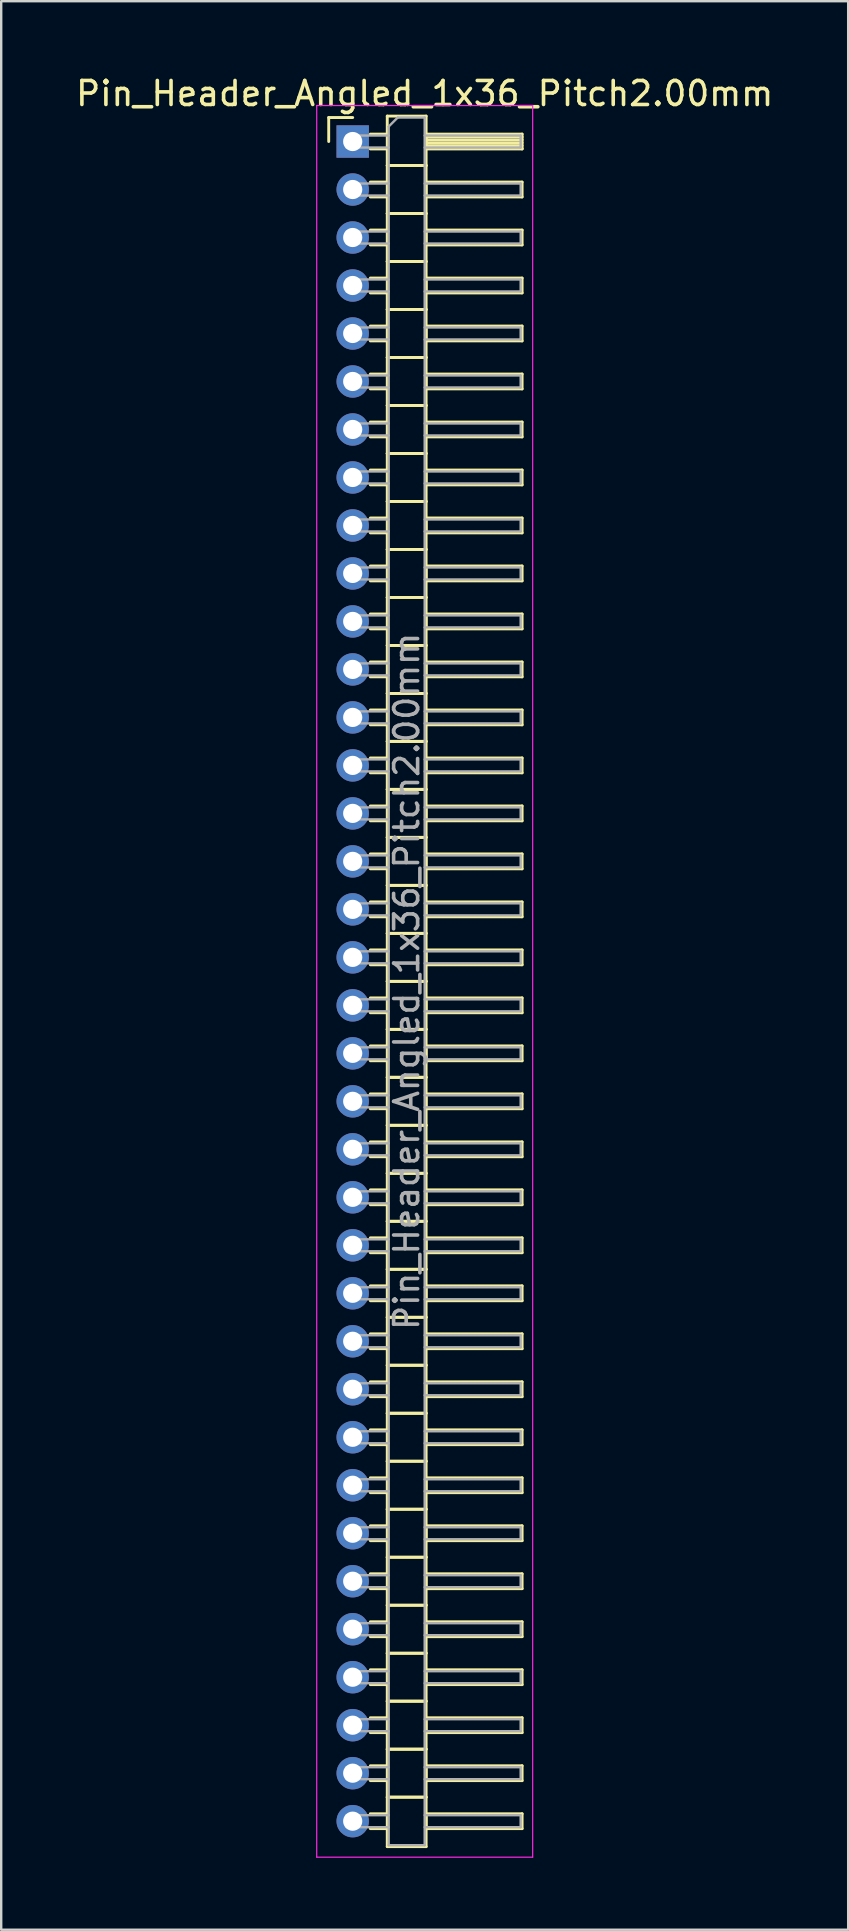
<source format=kicad_pcb>
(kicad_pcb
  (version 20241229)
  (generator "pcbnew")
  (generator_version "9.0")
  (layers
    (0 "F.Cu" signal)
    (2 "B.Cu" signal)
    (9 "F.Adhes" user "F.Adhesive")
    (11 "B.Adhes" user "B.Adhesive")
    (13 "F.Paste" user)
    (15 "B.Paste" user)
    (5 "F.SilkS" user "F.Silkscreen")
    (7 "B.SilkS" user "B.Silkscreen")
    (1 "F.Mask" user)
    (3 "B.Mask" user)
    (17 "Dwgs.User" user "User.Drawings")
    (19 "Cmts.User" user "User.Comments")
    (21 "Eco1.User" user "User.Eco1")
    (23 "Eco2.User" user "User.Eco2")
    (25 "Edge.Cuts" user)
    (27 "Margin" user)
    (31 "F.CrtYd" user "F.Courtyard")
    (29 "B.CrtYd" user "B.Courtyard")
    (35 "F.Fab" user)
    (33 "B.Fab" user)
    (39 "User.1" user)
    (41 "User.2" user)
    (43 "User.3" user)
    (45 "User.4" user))
  (footprint "Pin_Header_Angled_1x36_Pitch2.00mm"
    (layer "F.Cu")
    (at 11.649 2.848)
    (property "Reference" "Pin_Header_Angled_1x36_Pitch2.00mm" (at 3 -2 0) (layer "F.SilkS") (effects (font (size 1 1) (thickness 0.15))))
    (attr through_hole)
    (fp_line (start -1 -1) (end 0 -1) (stroke (width 0.12) (type solid)) (layer "F.SilkS"))
    (fp_line (start -1 0) (end -1 -1) (stroke (width 0.12) (type solid)) (layer "F.SilkS"))
    (fp_line (start 0.735 -0.31) (end 1.44 -0.31) (stroke (width 0.12) (type solid)) (layer "F.SilkS"))
    (fp_line (start 0.735 0.31) (end 1.44 0.31) (stroke (width 0.12) (type solid)) (layer "F.SilkS"))
    (fp_line (start 0.735 1.69) (end 1.44 1.69) (stroke (width 0.12) (type solid)) (layer "F.SilkS"))
    (fp_line (start 0.735 2.31) (end 1.44 2.31) (stroke (width 0.12) (type solid)) (layer "F.SilkS"))
    (fp_line (start 0.735 3.69) (end 1.44 3.69) (stroke (width 0.12) (type solid)) (layer "F.SilkS"))
    (fp_line (start 0.735 4.31) (end 1.44 4.31) (stroke (width 0.12) (type solid)) (layer "F.SilkS"))
    (fp_line (start 0.735 5.69) (end 1.44 5.69) (stroke (width 0.12) (type solid)) (layer "F.SilkS"))
    (fp_line (start 0.735 6.31) (end 1.44 6.31) (stroke (width 0.12) (type solid)) (layer "F.SilkS"))
    (fp_line (start 0.735 7.69) (end 1.44 7.69) (stroke (width 0.12) (type solid)) (layer "F.SilkS"))
    (fp_line (start 0.735 8.31) (end 1.44 8.31) (stroke (width 0.12) (type solid)) (layer "F.SilkS"))
    (fp_line (start 0.735 9.69) (end 1.44 9.69) (stroke (width 0.12) (type solid)) (layer "F.SilkS"))
    (fp_line (start 0.735 10.31) (end 1.44 10.31) (stroke (width 0.12) (type solid)) (layer "F.SilkS"))
    (fp_line (start 0.735 11.69) (end 1.44 11.69) (stroke (width 0.12) (type solid)) (layer "F.SilkS"))
    (fp_line (start 0.735 12.31) (end 1.44 12.31) (stroke (width 0.12) (type solid)) (layer "F.SilkS"))
    (fp_line (start 0.735 13.69) (end 1.44 13.69) (stroke (width 0.12) (type solid)) (layer "F.SilkS"))
    (fp_line (start 0.735 14.31) (end 1.44 14.31) (stroke (width 0.12) (type solid)) (layer "F.SilkS"))
    (fp_line (start 0.735 15.69) (end 1.44 15.69) (stroke (width 0.12) (type solid)) (layer "F.SilkS"))
    (fp_line (start 0.735 16.31) (end 1.44 16.31) (stroke (width 0.12) (type solid)) (layer "F.SilkS"))
    (fp_line (start 0.735 17.69) (end 1.44 17.69) (stroke (width 0.12) (type solid)) (layer "F.SilkS"))
    (fp_line (start 0.735 18.31) (end 1.44 18.31) (stroke (width 0.12) (type solid)) (layer "F.SilkS"))
    (fp_line (start 0.735 19.69) (end 1.44 19.69) (stroke (width 0.12) (type solid)) (layer "F.SilkS"))
    (fp_line (start 0.735 20.31) (end 1.44 20.31) (stroke (width 0.12) (type solid)) (layer "F.SilkS"))
    (fp_line (start 0.735 21.69) (end 1.44 21.69) (stroke (width 0.12) (type solid)) (layer "F.SilkS"))
    (fp_line (start 0.735 22.31) (end 1.44 22.31) (stroke (width 0.12) (type solid)) (layer "F.SilkS"))
    (fp_line (start 0.735 23.69) (end 1.44 23.69) (stroke (width 0.12) (type solid)) (layer "F.SilkS"))
    (fp_line (start 0.735 24.31) (end 1.44 24.31) (stroke (width 0.12) (type solid)) (layer "F.SilkS"))
    (fp_line (start 0.735 25.69) (end 1.44 25.69) (stroke (width 0.12) (type solid)) (layer "F.SilkS"))
    (fp_line (start 0.735 26.31) (end 1.44 26.31) (stroke (width 0.12) (type solid)) (layer "F.SilkS"))
    (fp_line (start 0.735 27.69) (end 1.44 27.69) (stroke (width 0.12) (type solid)) (layer "F.SilkS"))
    (fp_line (start 0.735 28.31) (end 1.44 28.31) (stroke (width 0.12) (type solid)) (layer "F.SilkS"))
    (fp_line (start 0.735 29.69) (end 1.44 29.69) (stroke (width 0.12) (type solid)) (layer "F.SilkS"))
    (fp_line (start 0.735 30.31) (end 1.44 30.31) (stroke (width 0.12) (type solid)) (layer "F.SilkS"))
    (fp_line (start 0.735 31.69) (end 1.44 31.69) (stroke (width 0.12) (type solid)) (layer "F.SilkS"))
    (fp_line (start 0.735 32.31) (end 1.44 32.31) (stroke (width 0.12) (type solid)) (layer "F.SilkS"))
    (fp_line (start 0.735 33.69) (end 1.44 33.69) (stroke (width 0.12) (type solid)) (layer "F.SilkS"))
    (fp_line (start 0.735 34.31) (end 1.44 34.31) (stroke (width 0.12) (type solid)) (layer "F.SilkS"))
    (fp_line (start 0.735 35.69) (end 1.44 35.69) (stroke (width 0.12) (type solid)) (layer "F.SilkS"))
    (fp_line (start 0.735 36.31) (end 1.44 36.31) (stroke (width 0.12) (type solid)) (layer "F.SilkS"))
    (fp_line (start 0.735 37.69) (end 1.44 37.69) (stroke (width 0.12) (type solid)) (layer "F.SilkS"))
    (fp_line (start 0.735 38.31) (end 1.44 38.31) (stroke (width 0.12) (type solid)) (layer "F.SilkS"))
    (fp_line (start 0.735 39.69) (end 1.44 39.69) (stroke (width 0.12) (type solid)) (layer "F.SilkS"))
    (fp_line (start 0.735 40.31) (end 1.44 40.31) (stroke (width 0.12) (type solid)) (layer "F.SilkS"))
    (fp_line (start 0.735 41.69) (end 1.44 41.69) (stroke (width 0.12) (type solid)) (layer "F.SilkS"))
    (fp_line (start 0.735 42.31) (end 1.44 42.31) (stroke (width 0.12) (type solid)) (layer "F.SilkS"))
    (fp_line (start 0.735 43.69) (end 1.44 43.69) (stroke (width 0.12) (type solid)) (layer "F.SilkS"))
    (fp_line (start 0.735 44.31) (end 1.44 44.31) (stroke (width 0.12) (type solid)) (layer "F.SilkS"))
    (fp_line (start 0.735 45.69) (end 1.44 45.69) (stroke (width 0.12) (type solid)) (layer "F.SilkS"))
    (fp_line (start 0.735 46.31) (end 1.44 46.31) (stroke (width 0.12) (type solid)) (layer "F.SilkS"))
    (fp_line (start 0.735 47.69) (end 1.44 47.69) (stroke (width 0.12) (type solid)) (layer "F.SilkS"))
    (fp_line (start 0.735 48.31) (end 1.44 48.31) (stroke (width 0.12) (type solid)) (layer "F.SilkS"))
    (fp_line (start 0.735 49.69) (end 1.44 49.69) (stroke (width 0.12) (type solid)) (layer "F.SilkS"))
    (fp_line (start 0.735 50.31) (end 1.44 50.31) (stroke (width 0.12) (type solid)) (layer "F.SilkS"))
    (fp_line (start 0.735 51.69) (end 1.44 51.69) (stroke (width 0.12) (type solid)) (layer "F.SilkS"))
    (fp_line (start 0.735 52.31) (end 1.44 52.31) (stroke (width 0.12) (type solid)) (layer "F.SilkS"))
    (fp_line (start 0.735 53.69) (end 1.44 53.69) (stroke (width 0.12) (type solid)) (layer "F.SilkS"))
    (fp_line (start 0.735 54.31) (end 1.44 54.31) (stroke (width 0.12) (type solid)) (layer "F.SilkS"))
    (fp_line (start 0.735 55.69) (end 1.44 55.69) (stroke (width 0.12) (type solid)) (layer "F.SilkS"))
    (fp_line (start 0.735 56.31) (end 1.44 56.31) (stroke (width 0.12) (type solid)) (layer "F.SilkS"))
    (fp_line (start 0.735 57.69) (end 1.44 57.69) (stroke (width 0.12) (type solid)) (layer "F.SilkS"))
    (fp_line (start 0.735 58.31) (end 1.44 58.31) (stroke (width 0.12) (type solid)) (layer "F.SilkS"))
    (fp_line (start 0.735 59.69) (end 1.44 59.69) (stroke (width 0.12) (type solid)) (layer "F.SilkS"))
    (fp_line (start 0.735 60.31) (end 1.44 60.31) (stroke (width 0.12) (type solid)) (layer "F.SilkS"))
    (fp_line (start 0.735 61.69) (end 1.44 61.69) (stroke (width 0.12) (type solid)) (layer "F.SilkS"))
    (fp_line (start 0.735 62.31) (end 1.44 62.31) (stroke (width 0.12) (type solid)) (layer "F.SilkS"))
    (fp_line (start 0.735 63.69) (end 1.44 63.69) (stroke (width 0.12) (type solid)) (layer "F.SilkS"))
    (fp_line (start 0.735 64.31) (end 1.44 64.31) (stroke (width 0.12) (type solid)) (layer "F.SilkS"))
    (fp_line (start 0.735 65.69) (end 1.44 65.69) (stroke (width 0.12) (type solid)) (layer "F.SilkS"))
    (fp_line (start 0.735 66.31) (end 1.44 66.31) (stroke (width 0.12) (type solid)) (layer "F.SilkS"))
    (fp_line (start 0.735 67.69) (end 1.44 67.69) (stroke (width 0.12) (type solid)) (layer "F.SilkS"))
    (fp_line (start 0.735 68.31) (end 1.44 68.31) (stroke (width 0.12) (type solid)) (layer "F.SilkS"))
    (fp_line (start 0.735 69.69) (end 1.44 69.69) (stroke (width 0.12) (type solid)) (layer "F.SilkS"))
    (fp_line (start 0.735 70.31) (end 1.44 70.31) (stroke (width 0.12) (type solid)) (layer "F.SilkS"))
    (fp_line (start 1.44 -1.06) (end 1.44 1) (stroke (width 0.12) (type solid)) (layer "F.SilkS"))
    (fp_line (start 1.44 1) (end 1.44 3) (stroke (width 0.12) (type solid)) (layer "F.SilkS"))
    (fp_line (start 1.44 1) (end 3.06 1) (stroke (width 0.12) (type solid)) (layer "F.SilkS"))
    (fp_line (start 1.44 3) (end 1.44 5) (stroke (width 0.12) (type solid)) (layer "F.SilkS"))
    (fp_line (start 1.44 3) (end 3.06 3) (stroke (width 0.12) (type solid)) (layer "F.SilkS"))
    (fp_line (start 1.44 5) (end 1.44 7) (stroke (width 0.12) (type solid)) (layer "F.SilkS"))
    (fp_line (start 1.44 5) (end 3.06 5) (stroke (width 0.12) (type solid)) (layer "F.SilkS"))
    (fp_line (start 1.44 7) (end 1.44 9) (stroke (width 0.12) (type solid)) (layer "F.SilkS"))
    (fp_line (start 1.44 7) (end 3.06 7) (stroke (width 0.12) (type solid)) (layer "F.SilkS"))
    (fp_line (start 1.44 9) (end 1.44 11) (stroke (width 0.12) (type solid)) (layer "F.SilkS"))
    (fp_line (start 1.44 9) (end 3.06 9) (stroke (width 0.12) (type solid)) (layer "F.SilkS"))
    (fp_line (start 1.44 11) (end 1.44 13) (stroke (width 0.12) (type solid)) (layer "F.SilkS"))
    (fp_line (start 1.44 11) (end 3.06 11) (stroke (width 0.12) (type solid)) (layer "F.SilkS"))
    (fp_line (start 1.44 13) (end 1.44 15) (stroke (width 0.12) (type solid)) (layer "F.SilkS"))
    (fp_line (start 1.44 13) (end 3.06 13) (stroke (width 0.12) (type solid)) (layer "F.SilkS"))
    (fp_line (start 1.44 15) (end 1.44 17) (stroke (width 0.12) (type solid)) (layer "F.SilkS"))
    (fp_line (start 1.44 15) (end 3.06 15) (stroke (width 0.12) (type solid)) (layer "F.SilkS"))
    (fp_line (start 1.44 17) (end 1.44 19) (stroke (width 0.12) (type solid)) (layer "F.SilkS"))
    (fp_line (start 1.44 17) (end 3.06 17) (stroke (width 0.12) (type solid)) (layer "F.SilkS"))
    (fp_line (start 1.44 19) (end 1.44 21) (stroke (width 0.12) (type solid)) (layer "F.SilkS"))
    (fp_line (start 1.44 19) (end 3.06 19) (stroke (width 0.12) (type solid)) (layer "F.SilkS"))
    (fp_line (start 1.44 21) (end 1.44 23) (stroke (width 0.12) (type solid)) (layer "F.SilkS"))
    (fp_line (start 1.44 21) (end 3.06 21) (stroke (width 0.12) (type solid)) (layer "F.SilkS"))
    (fp_line (start 1.44 23) (end 1.44 25) (stroke (width 0.12) (type solid)) (layer "F.SilkS"))
    (fp_line (start 1.44 23) (end 3.06 23) (stroke (width 0.12) (type solid)) (layer "F.SilkS"))
    (fp_line (start 1.44 25) (end 1.44 27) (stroke (width 0.12) (type solid)) (layer "F.SilkS"))
    (fp_line (start 1.44 25) (end 3.06 25) (stroke (width 0.12) (type solid)) (layer "F.SilkS"))
    (fp_line (start 1.44 27) (end 1.44 29) (stroke (width 0.12) (type solid)) (layer "F.SilkS"))
    (fp_line (start 1.44 27) (end 3.06 27) (stroke (width 0.12) (type solid)) (layer "F.SilkS"))
    (fp_line (start 1.44 29) (end 1.44 31) (stroke (width 0.12) (type solid)) (layer "F.SilkS"))
    (fp_line (start 1.44 29) (end 3.06 29) (stroke (width 0.12) (type solid)) (layer "F.SilkS"))
    (fp_line (start 1.44 31) (end 1.44 33) (stroke (width 0.12) (type solid)) (layer "F.SilkS"))
    (fp_line (start 1.44 31) (end 3.06 31) (stroke (width 0.12) (type solid)) (layer "F.SilkS"))
    (fp_line (start 1.44 33) (end 1.44 35) (stroke (width 0.12) (type solid)) (layer "F.SilkS"))
    (fp_line (start 1.44 33) (end 3.06 33) (stroke (width 0.12) (type solid)) (layer "F.SilkS"))
    (fp_line (start 1.44 35) (end 1.44 37) (stroke (width 0.12) (type solid)) (layer "F.SilkS"))
    (fp_line (start 1.44 35) (end 3.06 35) (stroke (width 0.12) (type solid)) (layer "F.SilkS"))
    (fp_line (start 1.44 37) (end 1.44 39) (stroke (width 0.12) (type solid)) (layer "F.SilkS"))
    (fp_line (start 1.44 37) (end 3.06 37) (stroke (width 0.12) (type solid)) (layer "F.SilkS"))
    (fp_line (start 1.44 39) (end 1.44 41) (stroke (width 0.12) (type solid)) (layer "F.SilkS"))
    (fp_line (start 1.44 39) (end 3.06 39) (stroke (width 0.12) (type solid)) (layer "F.SilkS"))
    (fp_line (start 1.44 41) (end 1.44 43) (stroke (width 0.12) (type solid)) (layer "F.SilkS"))
    (fp_line (start 1.44 41) (end 3.06 41) (stroke (width 0.12) (type solid)) (layer "F.SilkS"))
    (fp_line (start 1.44 43) (end 1.44 45) (stroke (width 0.12) (type solid)) (layer "F.SilkS"))
    (fp_line (start 1.44 43) (end 3.06 43) (stroke (width 0.12) (type solid)) (layer "F.SilkS"))
    (fp_line (start 1.44 45) (end 1.44 47) (stroke (width 0.12) (type solid)) (layer "F.SilkS"))
    (fp_line (start 1.44 45) (end 3.06 45) (stroke (width 0.12) (type solid)) (layer "F.SilkS"))
    (fp_line (start 1.44 47) (end 1.44 49) (stroke (width 0.12) (type solid)) (layer "F.SilkS"))
    (fp_line (start 1.44 47) (end 3.06 47) (stroke (width 0.12) (type solid)) (layer "F.SilkS"))
    (fp_line (start 1.44 49) (end 1.44 51) (stroke (width 0.12) (type solid)) (layer "F.SilkS"))
    (fp_line (start 1.44 49) (end 3.06 49) (stroke (width 0.12) (type solid)) (layer "F.SilkS"))
    (fp_line (start 1.44 51) (end 1.44 53) (stroke (width 0.12) (type solid)) (layer "F.SilkS"))
    (fp_line (start 1.44 51) (end 3.06 51) (stroke (width 0.12) (type solid)) (layer "F.SilkS"))
    (fp_line (start 1.44 53) (end 1.44 55) (stroke (width 0.12) (type solid)) (layer "F.SilkS"))
    (fp_line (start 1.44 53) (end 3.06 53) (stroke (width 0.12) (type solid)) (layer "F.SilkS"))
    (fp_line (start 1.44 55) (end 1.44 57) (stroke (width 0.12) (type solid)) (layer "F.SilkS"))
    (fp_line (start 1.44 55) (end 3.06 55) (stroke (width 0.12) (type solid)) (layer "F.SilkS"))
    (fp_line (start 1.44 57) (end 1.44 59) (stroke (width 0.12) (type solid)) (layer "F.SilkS"))
    (fp_line (start 1.44 57) (end 3.06 57) (stroke (width 0.12) (type solid)) (layer "F.SilkS"))
    (fp_line (start 1.44 59) (end 1.44 61) (stroke (width 0.12) (type solid)) (layer "F.SilkS"))
    (fp_line (start 1.44 59) (end 3.06 59) (stroke (width 0.12) (type solid)) (layer "F.SilkS"))
    (fp_line (start 1.44 61) (end 1.44 63) (stroke (width 0.12) (type solid)) (layer "F.SilkS"))
    (fp_line (start 1.44 61) (end 3.06 61) (stroke (width 0.12) (type solid)) (layer "F.SilkS"))
    (fp_line (start 1.44 63) (end 1.44 65) (stroke (width 0.12) (type solid)) (layer "F.SilkS"))
    (fp_line (start 1.44 63) (end 3.06 63) (stroke (width 0.12) (type solid)) (layer "F.SilkS"))
    (fp_line (start 1.44 65) (end 1.44 67) (stroke (width 0.12) (type solid)) (layer "F.SilkS"))
    (fp_line (start 1.44 65) (end 3.06 65) (stroke (width 0.12) (type solid)) (layer "F.SilkS"))
    (fp_line (start 1.44 67) (end 1.44 69) (stroke (width 0.12) (type solid)) (layer "F.SilkS"))
    (fp_line (start 1.44 67) (end 3.06 67) (stroke (width 0.12) (type solid)) (layer "F.SilkS"))
    (fp_line (start 1.44 69) (end 1.44 71.06) (stroke (width 0.12) (type solid)) (layer "F.SilkS"))
    (fp_line (start 1.44 69) (end 3.06 69) (stroke (width 0.12) (type solid)) (layer "F.SilkS"))
    (fp_line (start 1.44 71.06) (end 3.06 71.06) (stroke (width 0.12) (type solid)) (layer "F.SilkS"))
    (fp_line (start 3.06 -1.06) (end 1.44 -1.06) (stroke (width 0.12) (type solid)) (layer "F.SilkS"))
    (fp_line (start 3.06 -0.31) (end 3.06 0.31) (stroke (width 0.12) (type solid)) (layer "F.SilkS"))
    (fp_line (start 3.06 -0.19) (end 7.06 -0.19) (stroke (width 0.12) (type solid)) (layer "F.SilkS"))
    (fp_line (start 3.06 -0.07) (end 7.06 -0.07) (stroke (width 0.12) (type solid)) (layer "F.SilkS"))
    (fp_line (start 3.06 0.05) (end 7.06 0.05) (stroke (width 0.12) (type solid)) (layer "F.SilkS"))
    (fp_line (start 3.06 0.17) (end 7.06 0.17) (stroke (width 0.12) (type solid)) (layer "F.SilkS"))
    (fp_line (start 3.06 0.29) (end 7.06 0.29) (stroke (width 0.12) (type solid)) (layer "F.SilkS"))
    (fp_line (start 3.06 0.31) (end 7.06 0.31) (stroke (width 0.12) (type solid)) (layer "F.SilkS"))
    (fp_line (start 3.06 1) (end 1.44 1) (stroke (width 0.12) (type solid)) (layer "F.SilkS"))
    (fp_line (start 3.06 1) (end 3.06 -1.06) (stroke (width 0.12) (type solid)) (layer "F.SilkS"))
    (fp_line (start 3.06 1.69) (end 3.06 2.31) (stroke (width 0.12) (type solid)) (layer "F.SilkS"))
    (fp_line (start 3.06 2.31) (end 7.06 2.31) (stroke (width 0.12) (type solid)) (layer "F.SilkS"))
    (fp_line (start 3.06 3) (end 1.44 3) (stroke (width 0.12) (type solid)) (layer "F.SilkS"))
    (fp_line (start 3.06 3) (end 3.06 1) (stroke (width 0.12) (type solid)) (layer "F.SilkS"))
    (fp_line (start 3.06 3.69) (end 3.06 4.31) (stroke (width 0.12) (type solid)) (layer "F.SilkS"))
    (fp_line (start 3.06 4.31) (end 7.06 4.31) (stroke (width 0.12) (type solid)) (layer "F.SilkS"))
    (fp_line (start 3.06 5) (end 1.44 5) (stroke (width 0.12) (type solid)) (layer "F.SilkS"))
    (fp_line (start 3.06 5) (end 3.06 3) (stroke (width 0.12) (type solid)) (layer "F.SilkS"))
    (fp_line (start 3.06 5.69) (end 3.06 6.31) (stroke (width 0.12) (type solid)) (layer "F.SilkS"))
    (fp_line (start 3.06 6.31) (end 7.06 6.31) (stroke (width 0.12) (type solid)) (layer "F.SilkS"))
    (fp_line (start 3.06 7) (end 1.44 7) (stroke (width 0.12) (type solid)) (layer "F.SilkS"))
    (fp_line (start 3.06 7) (end 3.06 5) (stroke (width 0.12) (type solid)) (layer "F.SilkS"))
    (fp_line (start 3.06 7.69) (end 3.06 8.31) (stroke (width 0.12) (type solid)) (layer "F.SilkS"))
    (fp_line (start 3.06 8.31) (end 7.06 8.31) (stroke (width 0.12) (type solid)) (layer "F.SilkS"))
    (fp_line (start 3.06 9) (end 1.44 9) (stroke (width 0.12) (type solid)) (layer "F.SilkS"))
    (fp_line (start 3.06 9) (end 3.06 7) (stroke (width 0.12) (type solid)) (layer "F.SilkS"))
    (fp_line (start 3.06 9.69) (end 3.06 10.31) (stroke (width 0.12) (type solid)) (layer "F.SilkS"))
    (fp_line (start 3.06 10.31) (end 7.06 10.31) (stroke (width 0.12) (type solid)) (layer "F.SilkS"))
    (fp_line (start 3.06 11) (end 1.44 11) (stroke (width 0.12) (type solid)) (layer "F.SilkS"))
    (fp_line (start 3.06 11) (end 3.06 9) (stroke (width 0.12) (type solid)) (layer "F.SilkS"))
    (fp_line (start 3.06 11.69) (end 3.06 12.31) (stroke (width 0.12) (type solid)) (layer "F.SilkS"))
    (fp_line (start 3.06 12.31) (end 7.06 12.31) (stroke (width 0.12) (type solid)) (layer "F.SilkS"))
    (fp_line (start 3.06 13) (end 1.44 13) (stroke (width 0.12) (type solid)) (layer "F.SilkS"))
    (fp_line (start 3.06 13) (end 3.06 11) (stroke (width 0.12) (type solid)) (layer "F.SilkS"))
    (fp_line (start 3.06 13.69) (end 3.06 14.31) (stroke (width 0.12) (type solid)) (layer "F.SilkS"))
    (fp_line (start 3.06 14.31) (end 7.06 14.31) (stroke (width 0.12) (type solid)) (layer "F.SilkS"))
    (fp_line (start 3.06 15) (end 1.44 15) (stroke (width 0.12) (type solid)) (layer "F.SilkS"))
    (fp_line (start 3.06 15) (end 3.06 13) (stroke (width 0.12) (type solid)) (layer "F.SilkS"))
    (fp_line (start 3.06 15.69) (end 3.06 16.31) (stroke (width 0.12) (type solid)) (layer "F.SilkS"))
    (fp_line (start 3.06 16.31) (end 7.06 16.31) (stroke (width 0.12) (type solid)) (layer "F.SilkS"))
    (fp_line (start 3.06 17) (end 1.44 17) (stroke (width 0.12) (type solid)) (layer "F.SilkS"))
    (fp_line (start 3.06 17) (end 3.06 15) (stroke (width 0.12) (type solid)) (layer "F.SilkS"))
    (fp_line (start 3.06 17.69) (end 3.06 18.31) (stroke (width 0.12) (type solid)) (layer "F.SilkS"))
    (fp_line (start 3.06 18.31) (end 7.06 18.31) (stroke (width 0.12) (type solid)) (layer "F.SilkS"))
    (fp_line (start 3.06 19) (end 1.44 19) (stroke (width 0.12) (type solid)) (layer "F.SilkS"))
    (fp_line (start 3.06 19) (end 3.06 17) (stroke (width 0.12) (type solid)) (layer "F.SilkS"))
    (fp_line (start 3.06 19.69) (end 3.06 20.31) (stroke (width 0.12) (type solid)) (layer "F.SilkS"))
    (fp_line (start 3.06 20.31) (end 7.06 20.31) (stroke (width 0.12) (type solid)) (layer "F.SilkS"))
    (fp_line (start 3.06 21) (end 1.44 21) (stroke (width 0.12) (type solid)) (layer "F.SilkS"))
    (fp_line (start 3.06 21) (end 3.06 19) (stroke (width 0.12) (type solid)) (layer "F.SilkS"))
    (fp_line (start 3.06 21.69) (end 3.06 22.31) (stroke (width 0.12) (type solid)) (layer "F.SilkS"))
    (fp_line (start 3.06 22.31) (end 7.06 22.31) (stroke (width 0.12) (type solid)) (layer "F.SilkS"))
    (fp_line (start 3.06 23) (end 1.44 23) (stroke (width 0.12) (type solid)) (layer "F.SilkS"))
    (fp_line (start 3.06 23) (end 3.06 21) (stroke (width 0.12) (type solid)) (layer "F.SilkS"))
    (fp_line (start 3.06 23.69) (end 3.06 24.31) (stroke (width 0.12) (type solid)) (layer "F.SilkS"))
    (fp_line (start 3.06 24.31) (end 7.06 24.31) (stroke (width 0.12) (type solid)) (layer "F.SilkS"))
    (fp_line (start 3.06 25) (end 1.44 25) (stroke (width 0.12) (type solid)) (layer "F.SilkS"))
    (fp_line (start 3.06 25) (end 3.06 23) (stroke (width 0.12) (type solid)) (layer "F.SilkS"))
    (fp_line (start 3.06 25.69) (end 3.06 26.31) (stroke (width 0.12) (type solid)) (layer "F.SilkS"))
    (fp_line (start 3.06 26.31) (end 7.06 26.31) (stroke (width 0.12) (type solid)) (layer "F.SilkS"))
    (fp_line (start 3.06 27) (end 1.44 27) (stroke (width 0.12) (type solid)) (layer "F.SilkS"))
    (fp_line (start 3.06 27) (end 3.06 25) (stroke (width 0.12) (type solid)) (layer "F.SilkS"))
    (fp_line (start 3.06 27.69) (end 3.06 28.31) (stroke (width 0.12) (type solid)) (layer "F.SilkS"))
    (fp_line (start 3.06 28.31) (end 7.06 28.31) (stroke (width 0.12) (type solid)) (layer "F.SilkS"))
    (fp_line (start 3.06 29) (end 1.44 29) (stroke (width 0.12) (type solid)) (layer "F.SilkS"))
    (fp_line (start 3.06 29) (end 3.06 27) (stroke (width 0.12) (type solid)) (layer "F.SilkS"))
    (fp_line (start 3.06 29.69) (end 3.06 30.31) (stroke (width 0.12) (type solid)) (layer "F.SilkS"))
    (fp_line (start 3.06 30.31) (end 7.06 30.31) (stroke (width 0.12) (type solid)) (layer "F.SilkS"))
    (fp_line (start 3.06 31) (end 1.44 31) (stroke (width 0.12) (type solid)) (layer "F.SilkS"))
    (fp_line (start 3.06 31) (end 3.06 29) (stroke (width 0.12) (type solid)) (layer "F.SilkS"))
    (fp_line (start 3.06 31.69) (end 3.06 32.31) (stroke (width 0.12) (type solid)) (layer "F.SilkS"))
    (fp_line (start 3.06 32.31) (end 7.06 32.31) (stroke (width 0.12) (type solid)) (layer "F.SilkS"))
    (fp_line (start 3.06 33) (end 1.44 33) (stroke (width 0.12) (type solid)) (layer "F.SilkS"))
    (fp_line (start 3.06 33) (end 3.06 31) (stroke (width 0.12) (type solid)) (layer "F.SilkS"))
    (fp_line (start 3.06 33.69) (end 3.06 34.31) (stroke (width 0.12) (type solid)) (layer "F.SilkS"))
    (fp_line (start 3.06 34.31) (end 7.06 34.31) (stroke (width 0.12) (type solid)) (layer "F.SilkS"))
    (fp_line (start 3.06 35) (end 1.44 35) (stroke (width 0.12) (type solid)) (layer "F.SilkS"))
    (fp_line (start 3.06 35) (end 3.06 33) (stroke (width 0.12) (type solid)) (layer "F.SilkS"))
    (fp_line (start 3.06 35.69) (end 3.06 36.31) (stroke (width 0.12) (type solid)) (layer "F.SilkS"))
    (fp_line (start 3.06 36.31) (end 7.06 36.31) (stroke (width 0.12) (type solid)) (layer "F.SilkS"))
    (fp_line (start 3.06 37) (end 1.44 37) (stroke (width 0.12) (type solid)) (layer "F.SilkS"))
    (fp_line (start 3.06 37) (end 3.06 35) (stroke (width 0.12) (type solid)) (layer "F.SilkS"))
    (fp_line (start 3.06 37.69) (end 3.06 38.31) (stroke (width 0.12) (type solid)) (layer "F.SilkS"))
    (fp_line (start 3.06 38.31) (end 7.06 38.31) (stroke (width 0.12) (type solid)) (layer "F.SilkS"))
    (fp_line (start 3.06 39) (end 1.44 39) (stroke (width 0.12) (type solid)) (layer "F.SilkS"))
    (fp_line (start 3.06 39) (end 3.06 37) (stroke (width 0.12) (type solid)) (layer "F.SilkS"))
    (fp_line (start 3.06 39.69) (end 3.06 40.31) (stroke (width 0.12) (type solid)) (layer "F.SilkS"))
    (fp_line (start 3.06 40.31) (end 7.06 40.31) (stroke (width 0.12) (type solid)) (layer "F.SilkS"))
    (fp_line (start 3.06 41) (end 1.44 41) (stroke (width 0.12) (type solid)) (layer "F.SilkS"))
    (fp_line (start 3.06 41) (end 3.06 39) (stroke (width 0.12) (type solid)) (layer "F.SilkS"))
    (fp_line (start 3.06 41.69) (end 3.06 42.31) (stroke (width 0.12) (type solid)) (layer "F.SilkS"))
    (fp_line (start 3.06 42.31) (end 7.06 42.31) (stroke (width 0.12) (type solid)) (layer "F.SilkS"))
    (fp_line (start 3.06 43) (end 1.44 43) (stroke (width 0.12) (type solid)) (layer "F.SilkS"))
    (fp_line (start 3.06 43) (end 3.06 41) (stroke (width 0.12) (type solid)) (layer "F.SilkS"))
    (fp_line (start 3.06 43.69) (end 3.06 44.31) (stroke (width 0.12) (type solid)) (layer "F.SilkS"))
    (fp_line (start 3.06 44.31) (end 7.06 44.31) (stroke (width 0.12) (type solid)) (layer "F.SilkS"))
    (fp_line (start 3.06 45) (end 1.44 45) (stroke (width 0.12) (type solid)) (layer "F.SilkS"))
    (fp_line (start 3.06 45) (end 3.06 43) (stroke (width 0.12) (type solid)) (layer "F.SilkS"))
    (fp_line (start 3.06 45.69) (end 3.06 46.31) (stroke (width 0.12) (type solid)) (layer "F.SilkS"))
    (fp_line (start 3.06 46.31) (end 7.06 46.31) (stroke (width 0.12) (type solid)) (layer "F.SilkS"))
    (fp_line (start 3.06 47) (end 1.44 47) (stroke (width 0.12) (type solid)) (layer "F.SilkS"))
    (fp_line (start 3.06 47) (end 3.06 45) (stroke (width 0.12) (type solid)) (layer "F.SilkS"))
    (fp_line (start 3.06 47.69) (end 3.06 48.31) (stroke (width 0.12) (type solid)) (layer "F.SilkS"))
    (fp_line (start 3.06 48.31) (end 7.06 48.31) (stroke (width 0.12) (type solid)) (layer "F.SilkS"))
    (fp_line (start 3.06 49) (end 1.44 49) (stroke (width 0.12) (type solid)) (layer "F.SilkS"))
    (fp_line (start 3.06 49) (end 3.06 47) (stroke (width 0.12) (type solid)) (layer "F.SilkS"))
    (fp_line (start 3.06 49.69) (end 3.06 50.31) (stroke (width 0.12) (type solid)) (layer "F.SilkS"))
    (fp_line (start 3.06 50.31) (end 7.06 50.31) (stroke (width 0.12) (type solid)) (layer "F.SilkS"))
    (fp_line (start 3.06 51) (end 1.44 51) (stroke (width 0.12) (type solid)) (layer "F.SilkS"))
    (fp_line (start 3.06 51) (end 3.06 49) (stroke (width 0.12) (type solid)) (layer "F.SilkS"))
    (fp_line (start 3.06 51.69) (end 3.06 52.31) (stroke (width 0.12) (type solid)) (layer "F.SilkS"))
    (fp_line (start 3.06 52.31) (end 7.06 52.31) (stroke (width 0.12) (type solid)) (layer "F.SilkS"))
    (fp_line (start 3.06 53) (end 1.44 53) (stroke (width 0.12) (type solid)) (layer "F.SilkS"))
    (fp_line (start 3.06 53) (end 3.06 51) (stroke (width 0.12) (type solid)) (layer "F.SilkS"))
    (fp_line (start 3.06 53.69) (end 3.06 54.31) (stroke (width 0.12) (type solid)) (layer "F.SilkS"))
    (fp_line (start 3.06 54.31) (end 7.06 54.31) (stroke (width 0.12) (type solid)) (layer "F.SilkS"))
    (fp_line (start 3.06 55) (end 1.44 55) (stroke (width 0.12) (type solid)) (layer "F.SilkS"))
    (fp_line (start 3.06 55) (end 3.06 53) (stroke (width 0.12) (type solid)) (layer "F.SilkS"))
    (fp_line (start 3.06 55.69) (end 3.06 56.31) (stroke (width 0.12) (type solid)) (layer "F.SilkS"))
    (fp_line (start 3.06 56.31) (end 7.06 56.31) (stroke (width 0.12) (type solid)) (layer "F.SilkS"))
    (fp_line (start 3.06 57) (end 1.44 57) (stroke (width 0.12) (type solid)) (layer "F.SilkS"))
    (fp_line (start 3.06 57) (end 3.06 55) (stroke (width 0.12) (type solid)) (layer "F.SilkS"))
    (fp_line (start 3.06 57.69) (end 3.06 58.31) (stroke (width 0.12) (type solid)) (layer "F.SilkS"))
    (fp_line (start 3.06 58.31) (end 7.06 58.31) (stroke (width 0.12) (type solid)) (layer "F.SilkS"))
    (fp_line (start 3.06 59) (end 1.44 59) (stroke (width 0.12) (type solid)) (layer "F.SilkS"))
    (fp_line (start 3.06 59) (end 3.06 57) (stroke (width 0.12) (type solid)) (layer "F.SilkS"))
    (fp_line (start 3.06 59.69) (end 3.06 60.31) (stroke (width 0.12) (type solid)) (layer "F.SilkS"))
    (fp_line (start 3.06 60.31) (end 7.06 60.31) (stroke (width 0.12) (type solid)) (layer "F.SilkS"))
    (fp_line (start 3.06 61) (end 1.44 61) (stroke (width 0.12) (type solid)) (layer "F.SilkS"))
    (fp_line (start 3.06 61) (end 3.06 59) (stroke (width 0.12) (type solid)) (layer "F.SilkS"))
    (fp_line (start 3.06 61.69) (end 3.06 62.31) (stroke (width 0.12) (type solid)) (layer "F.SilkS"))
    (fp_line (start 3.06 62.31) (end 7.06 62.31) (stroke (width 0.12) (type solid)) (layer "F.SilkS"))
    (fp_line (start 3.06 63) (end 1.44 63) (stroke (width 0.12) (type solid)) (layer "F.SilkS"))
    (fp_line (start 3.06 63) (end 3.06 61) (stroke (width 0.12) (type solid)) (layer "F.SilkS"))
    (fp_line (start 3.06 63.69) (end 3.06 64.31) (stroke (width 0.12) (type solid)) (layer "F.SilkS"))
    (fp_line (start 3.06 64.31) (end 7.06 64.31) (stroke (width 0.12) (type solid)) (layer "F.SilkS"))
    (fp_line (start 3.06 65) (end 1.44 65) (stroke (width 0.12) (type solid)) (layer "F.SilkS"))
    (fp_line (start 3.06 65) (end 3.06 63) (stroke (width 0.12) (type solid)) (layer "F.SilkS"))
    (fp_line (start 3.06 65.69) (end 3.06 66.31) (stroke (width 0.12) (type solid)) (layer "F.SilkS"))
    (fp_line (start 3.06 66.31) (end 7.06 66.31) (stroke (width 0.12) (type solid)) (layer "F.SilkS"))
    (fp_line (start 3.06 67) (end 1.44 67) (stroke (width 0.12) (type solid)) (layer "F.SilkS"))
    (fp_line (start 3.06 67) (end 3.06 65) (stroke (width 0.12) (type solid)) (layer "F.SilkS"))
    (fp_line (start 3.06 67.69) (end 3.06 68.31) (stroke (width 0.12) (type solid)) (layer "F.SilkS"))
    (fp_line (start 3.06 68.31) (end 7.06 68.31) (stroke (width 0.12) (type solid)) (layer "F.SilkS"))
    (fp_line (start 3.06 69) (end 1.44 69) (stroke (width 0.12) (type solid)) (layer "F.SilkS"))
    (fp_line (start 3.06 69) (end 3.06 67) (stroke (width 0.12) (type solid)) (layer "F.SilkS"))
    (fp_line (start 3.06 69.69) (end 3.06 70.31) (stroke (width 0.12) (type solid)) (layer "F.SilkS"))
    (fp_line (start 3.06 70.31) (end 7.06 70.31) (stroke (width 0.12) (type solid)) (layer "F.SilkS"))
    (fp_line (start 3.06 71.06) (end 3.06 69) (stroke (width 0.12) (type solid)) (layer "F.SilkS"))
    (fp_line (start 7.06 -0.31) (end 3.06 -0.31) (stroke (width 0.12) (type solid)) (layer "F.SilkS"))
    (fp_line (start 7.06 0.31) (end 7.06 -0.31) (stroke (width 0.12) (type solid)) (layer "F.SilkS"))
    (fp_line (start 7.06 1.69) (end 3.06 1.69) (stroke (width 0.12) (type solid)) (layer "F.SilkS"))
    (fp_line (start 7.06 2.31) (end 7.06 1.69) (stroke (width 0.12) (type solid)) (layer "F.SilkS"))
    (fp_line (start 7.06 3.69) (end 3.06 3.69) (stroke (width 0.12) (type solid)) (layer "F.SilkS"))
    (fp_line (start 7.06 4.31) (end 7.06 3.69) (stroke (width 0.12) (type solid)) (layer "F.SilkS"))
    (fp_line (start 7.06 5.69) (end 3.06 5.69) (stroke (width 0.12) (type solid)) (layer "F.SilkS"))
    (fp_line (start 7.06 6.31) (end 7.06 5.69) (stroke (width 0.12) (type solid)) (layer "F.SilkS"))
    (fp_line (start 7.06 7.69) (end 3.06 7.69) (stroke (width 0.12) (type solid)) (layer "F.SilkS"))
    (fp_line (start 7.06 8.31) (end 7.06 7.69) (stroke (width 0.12) (type solid)) (layer "F.SilkS"))
    (fp_line (start 7.06 9.69) (end 3.06 9.69) (stroke (width 0.12) (type solid)) (layer "F.SilkS"))
    (fp_line (start 7.06 10.31) (end 7.06 9.69) (stroke (width 0.12) (type solid)) (layer "F.SilkS"))
    (fp_line (start 7.06 11.69) (end 3.06 11.69) (stroke (width 0.12) (type solid)) (layer "F.SilkS"))
    (fp_line (start 7.06 12.31) (end 7.06 11.69) (stroke (width 0.12) (type solid)) (layer "F.SilkS"))
    (fp_line (start 7.06 13.69) (end 3.06 13.69) (stroke (width 0.12) (type solid)) (layer "F.SilkS"))
    (fp_line (start 7.06 14.31) (end 7.06 13.69) (stroke (width 0.12) (type solid)) (layer "F.SilkS"))
    (fp_line (start 7.06 15.69) (end 3.06 15.69) (stroke (width 0.12) (type solid)) (layer "F.SilkS"))
    (fp_line (start 7.06 16.31) (end 7.06 15.69) (stroke (width 0.12) (type solid)) (layer "F.SilkS"))
    (fp_line (start 7.06 17.69) (end 3.06 17.69) (stroke (width 0.12) (type solid)) (layer "F.SilkS"))
    (fp_line (start 7.06 18.31) (end 7.06 17.69) (stroke (width 0.12) (type solid)) (layer "F.SilkS"))
    (fp_line (start 7.06 19.69) (end 3.06 19.69) (stroke (width 0.12) (type solid)) (layer "F.SilkS"))
    (fp_line (start 7.06 20.31) (end 7.06 19.69) (stroke (width 0.12) (type solid)) (layer "F.SilkS"))
    (fp_line (start 7.06 21.69) (end 3.06 21.69) (stroke (width 0.12) (type solid)) (layer "F.SilkS"))
    (fp_line (start 7.06 22.31) (end 7.06 21.69) (stroke (width 0.12) (type solid)) (layer "F.SilkS"))
    (fp_line (start 7.06 23.69) (end 3.06 23.69) (stroke (width 0.12) (type solid)) (layer "F.SilkS"))
    (fp_line (start 7.06 24.31) (end 7.06 23.69) (stroke (width 0.12) (type solid)) (layer "F.SilkS"))
    (fp_line (start 7.06 25.69) (end 3.06 25.69) (stroke (width 0.12) (type solid)) (layer "F.SilkS"))
    (fp_line (start 7.06 26.31) (end 7.06 25.69) (stroke (width 0.12) (type solid)) (layer "F.SilkS"))
    (fp_line (start 7.06 27.69) (end 3.06 27.69) (stroke (width 0.12) (type solid)) (layer "F.SilkS"))
    (fp_line (start 7.06 28.31) (end 7.06 27.69) (stroke (width 0.12) (type solid)) (layer "F.SilkS"))
    (fp_line (start 7.06 29.69) (end 3.06 29.69) (stroke (width 0.12) (type solid)) (layer "F.SilkS"))
    (fp_line (start 7.06 30.31) (end 7.06 29.69) (stroke (width 0.12) (type solid)) (layer "F.SilkS"))
    (fp_line (start 7.06 31.69) (end 3.06 31.69) (stroke (width 0.12) (type solid)) (layer "F.SilkS"))
    (fp_line (start 7.06 32.31) (end 7.06 31.69) (stroke (width 0.12) (type solid)) (layer "F.SilkS"))
    (fp_line (start 7.06 33.69) (end 3.06 33.69) (stroke (width 0.12) (type solid)) (layer "F.SilkS"))
    (fp_line (start 7.06 34.31) (end 7.06 33.69) (stroke (width 0.12) (type solid)) (layer "F.SilkS"))
    (fp_line (start 7.06 35.69) (end 3.06 35.69) (stroke (width 0.12) (type solid)) (layer "F.SilkS"))
    (fp_line (start 7.06 36.31) (end 7.06 35.69) (stroke (width 0.12) (type solid)) (layer "F.SilkS"))
    (fp_line (start 7.06 37.69) (end 3.06 37.69) (stroke (width 0.12) (type solid)) (layer "F.SilkS"))
    (fp_line (start 7.06 38.31) (end 7.06 37.69) (stroke (width 0.12) (type solid)) (layer "F.SilkS"))
    (fp_line (start 7.06 39.69) (end 3.06 39.69) (stroke (width 0.12) (type solid)) (layer "F.SilkS"))
    (fp_line (start 7.06 40.31) (end 7.06 39.69) (stroke (width 0.12) (type solid)) (layer "F.SilkS"))
    (fp_line (start 7.06 41.69) (end 3.06 41.69) (stroke (width 0.12) (type solid)) (layer "F.SilkS"))
    (fp_line (start 7.06 42.31) (end 7.06 41.69) (stroke (width 0.12) (type solid)) (layer "F.SilkS"))
    (fp_line (start 7.06 43.69) (end 3.06 43.69) (stroke (width 0.12) (type solid)) (layer "F.SilkS"))
    (fp_line (start 7.06 44.31) (end 7.06 43.69) (stroke (width 0.12) (type solid)) (layer "F.SilkS"))
    (fp_line (start 7.06 45.69) (end 3.06 45.69) (stroke (width 0.12) (type solid)) (layer "F.SilkS"))
    (fp_line (start 7.06 46.31) (end 7.06 45.69) (stroke (width 0.12) (type solid)) (layer "F.SilkS"))
    (fp_line (start 7.06 47.69) (end 3.06 47.69) (stroke (width 0.12) (type solid)) (layer "F.SilkS"))
    (fp_line (start 7.06 48.31) (end 7.06 47.69) (stroke (width 0.12) (type solid)) (layer "F.SilkS"))
    (fp_line (start 7.06 49.69) (end 3.06 49.69) (stroke (width 0.12) (type solid)) (layer "F.SilkS"))
    (fp_line (start 7.06 50.31) (end 7.06 49.69) (stroke (width 0.12) (type solid)) (layer "F.SilkS"))
    (fp_line (start 7.06 51.69) (end 3.06 51.69) (stroke (width 0.12) (type solid)) (layer "F.SilkS"))
    (fp_line (start 7.06 52.31) (end 7.06 51.69) (stroke (width 0.12) (type solid)) (layer "F.SilkS"))
    (fp_line (start 7.06 53.69) (end 3.06 53.69) (stroke (width 0.12) (type solid)) (layer "F.SilkS"))
    (fp_line (start 7.06 54.31) (end 7.06 53.69) (stroke (width 0.12) (type solid)) (layer "F.SilkS"))
    (fp_line (start 7.06 55.69) (end 3.06 55.69) (stroke (width 0.12) (type solid)) (layer "F.SilkS"))
    (fp_line (start 7.06 56.31) (end 7.06 55.69) (stroke (width 0.12) (type solid)) (layer "F.SilkS"))
    (fp_line (start 7.06 57.69) (end 3.06 57.69) (stroke (width 0.12) (type solid)) (layer "F.SilkS"))
    (fp_line (start 7.06 58.31) (end 7.06 57.69) (stroke (width 0.12) (type solid)) (layer "F.SilkS"))
    (fp_line (start 7.06 59.69) (end 3.06 59.69) (stroke (width 0.12) (type solid)) (layer "F.SilkS"))
    (fp_line (start 7.06 60.31) (end 7.06 59.69) (stroke (width 0.12) (type solid)) (layer "F.SilkS"))
    (fp_line (start 7.06 61.69) (end 3.06 61.69) (stroke (width 0.12) (type solid)) (layer "F.SilkS"))
    (fp_line (start 7.06 62.31) (end 7.06 61.69) (stroke (width 0.12) (type solid)) (layer "F.SilkS"))
    (fp_line (start 7.06 63.69) (end 3.06 63.69) (stroke (width 0.12) (type solid)) (layer "F.SilkS"))
    (fp_line (start 7.06 64.31) (end 7.06 63.69) (stroke (width 0.12) (type solid)) (layer "F.SilkS"))
    (fp_line (start 7.06 65.69) (end 3.06 65.69) (stroke (width 0.12) (type solid)) (layer "F.SilkS"))
    (fp_line (start 7.06 66.31) (end 7.06 65.69) (stroke (width 0.12) (type solid)) (layer "F.SilkS"))
    (fp_line (start 7.06 67.69) (end 3.06 67.69) (stroke (width 0.12) (type solid)) (layer "F.SilkS"))
    (fp_line (start 7.06 68.31) (end 7.06 67.69) (stroke (width 0.12) (type solid)) (layer "F.SilkS"))
    (fp_line (start 7.06 69.69) (end 3.06 69.69) (stroke (width 0.12) (type solid)) (layer "F.SilkS"))
    (fp_line (start 7.06 70.31) (end 7.06 69.69) (stroke (width 0.12) (type solid)) (layer "F.SilkS"))
    (fp_line (start -1.5 -1.5) (end -1.5 71.5) (stroke (width 0.05) (type solid)) (layer "F.CrtYd"))
    (fp_line (start -1.5 71.5) (end 7.5 71.5) (stroke (width 0.05) (type solid)) (layer "F.CrtYd"))
    (fp_line (start 7.5 -1.5) (end -1.5 -1.5) (stroke (width 0.05) (type solid)) (layer "F.CrtYd"))
    (fp_line (start 7.5 71.5) (end 7.5 -1.5) (stroke (width 0.05) (type solid)) (layer "F.CrtYd"))
    (fp_line (start -0.25 -0.25) (end -0.25 0.25) (stroke (width 0.1) (type solid)) (layer "F.Fab"))
    (fp_line (start -0.25 -0.25) (end 1.5 -0.25) (stroke (width 0.1) (type solid)) (layer "F.Fab"))
    (fp_line (start -0.25 0.25) (end 1.5 0.25) (stroke (width 0.1) (type solid)) (layer "F.Fab"))
    (fp_line (start -0.25 1.75) (end -0.25 2.25) (stroke (width 0.1) (type solid)) (layer "F.Fab"))
    (fp_line (start -0.25 1.75) (end 1.5 1.75) (stroke (width 0.1) (type solid)) (layer "F.Fab"))
    (fp_line (start -0.25 2.25) (end 1.5 2.25) (stroke (width 0.1) (type solid)) (layer "F.Fab"))
    (fp_line (start -0.25 3.75) (end -0.25 4.25) (stroke (width 0.1) (type solid)) (layer "F.Fab"))
    (fp_line (start -0.25 3.75) (end 1.5 3.75) (stroke (width 0.1) (type solid)) (layer "F.Fab"))
    (fp_line (start -0.25 4.25) (end 1.5 4.25) (stroke (width 0.1) (type solid)) (layer "F.Fab"))
    (fp_line (start -0.25 5.75) (end -0.25 6.25) (stroke (width 0.1) (type solid)) (layer "F.Fab"))
    (fp_line (start -0.25 5.75) (end 1.5 5.75) (stroke (width 0.1) (type solid)) (layer "F.Fab"))
    (fp_line (start -0.25 6.25) (end 1.5 6.25) (stroke (width 0.1) (type solid)) (layer "F.Fab"))
    (fp_line (start -0.25 7.75) (end -0.25 8.25) (stroke (width 0.1) (type solid)) (layer "F.Fab"))
    (fp_line (start -0.25 7.75) (end 1.5 7.75) (stroke (width 0.1) (type solid)) (layer "F.Fab"))
    (fp_line (start -0.25 8.25) (end 1.5 8.25) (stroke (width 0.1) (type solid)) (layer "F.Fab"))
    (fp_line (start -0.25 9.75) (end -0.25 10.25) (stroke (width 0.1) (type solid)) (layer "F.Fab"))
    (fp_line (start -0.25 9.75) (end 1.5 9.75) (stroke (width 0.1) (type solid)) (layer "F.Fab"))
    (fp_line (start -0.25 10.25) (end 1.5 10.25) (stroke (width 0.1) (type solid)) (layer "F.Fab"))
    (fp_line (start -0.25 11.75) (end -0.25 12.25) (stroke (width 0.1) (type solid)) (layer "F.Fab"))
    (fp_line (start -0.25 11.75) (end 1.5 11.75) (stroke (width 0.1) (type solid)) (layer "F.Fab"))
    (fp_line (start -0.25 12.25) (end 1.5 12.25) (stroke (width 0.1) (type solid)) (layer "F.Fab"))
    (fp_line (start -0.25 13.75) (end -0.25 14.25) (stroke (width 0.1) (type solid)) (layer "F.Fab"))
    (fp_line (start -0.25 13.75) (end 1.5 13.75) (stroke (width 0.1) (type solid)) (layer "F.Fab"))
    (fp_line (start -0.25 14.25) (end 1.5 14.25) (stroke (width 0.1) (type solid)) (layer "F.Fab"))
    (fp_line (start -0.25 15.75) (end -0.25 16.25) (stroke (width 0.1) (type solid)) (layer "F.Fab"))
    (fp_line (start -0.25 15.75) (end 1.5 15.75) (stroke (width 0.1) (type solid)) (layer "F.Fab"))
    (fp_line (start -0.25 16.25) (end 1.5 16.25) (stroke (width 0.1) (type solid)) (layer "F.Fab"))
    (fp_line (start -0.25 17.75) (end -0.25 18.25) (stroke (width 0.1) (type solid)) (layer "F.Fab"))
    (fp_line (start -0.25 17.75) (end 1.5 17.75) (stroke (width 0.1) (type solid)) (layer "F.Fab"))
    (fp_line (start -0.25 18.25) (end 1.5 18.25) (stroke (width 0.1) (type solid)) (layer "F.Fab"))
    (fp_line (start -0.25 19.75) (end -0.25 20.25) (stroke (width 0.1) (type solid)) (layer "F.Fab"))
    (fp_line (start -0.25 19.75) (end 1.5 19.75) (stroke (width 0.1) (type solid)) (layer "F.Fab"))
    (fp_line (start -0.25 20.25) (end 1.5 20.25) (stroke (width 0.1) (type solid)) (layer "F.Fab"))
    (fp_line (start -0.25 21.75) (end -0.25 22.25) (stroke (width 0.1) (type solid)) (layer "F.Fab"))
    (fp_line (start -0.25 21.75) (end 1.5 21.75) (stroke (width 0.1) (type solid)) (layer "F.Fab"))
    (fp_line (start -0.25 22.25) (end 1.5 22.25) (stroke (width 0.1) (type solid)) (layer "F.Fab"))
    (fp_line (start -0.25 23.75) (end -0.25 24.25) (stroke (width 0.1) (type solid)) (layer "F.Fab"))
    (fp_line (start -0.25 23.75) (end 1.5 23.75) (stroke (width 0.1) (type solid)) (layer "F.Fab"))
    (fp_line (start -0.25 24.25) (end 1.5 24.25) (stroke (width 0.1) (type solid)) (layer "F.Fab"))
    (fp_line (start -0.25 25.75) (end -0.25 26.25) (stroke (width 0.1) (type solid)) (layer "F.Fab"))
    (fp_line (start -0.25 25.75) (end 1.5 25.75) (stroke (width 0.1) (type solid)) (layer "F.Fab"))
    (fp_line (start -0.25 26.25) (end 1.5 26.25) (stroke (width 0.1) (type solid)) (layer "F.Fab"))
    (fp_line (start -0.25 27.75) (end -0.25 28.25) (stroke (width 0.1) (type solid)) (layer "F.Fab"))
    (fp_line (start -0.25 27.75) (end 1.5 27.75) (stroke (width 0.1) (type solid)) (layer "F.Fab"))
    (fp_line (start -0.25 28.25) (end 1.5 28.25) (stroke (width 0.1) (type solid)) (layer "F.Fab"))
    (fp_line (start -0.25 29.75) (end -0.25 30.25) (stroke (width 0.1) (type solid)) (layer "F.Fab"))
    (fp_line (start -0.25 29.75) (end 1.5 29.75) (stroke (width 0.1) (type solid)) (layer "F.Fab"))
    (fp_line (start -0.25 30.25) (end 1.5 30.25) (stroke (width 0.1) (type solid)) (layer "F.Fab"))
    (fp_line (start -0.25 31.75) (end -0.25 32.25) (stroke (width 0.1) (type solid)) (layer "F.Fab"))
    (fp_line (start -0.25 31.75) (end 1.5 31.75) (stroke (width 0.1) (type solid)) (layer "F.Fab"))
    (fp_line (start -0.25 32.25) (end 1.5 32.25) (stroke (width 0.1) (type solid)) (layer "F.Fab"))
    (fp_line (start -0.25 33.75) (end -0.25 34.25) (stroke (width 0.1) (type solid)) (layer "F.Fab"))
    (fp_line (start -0.25 33.75) (end 1.5 33.75) (stroke (width 0.1) (type solid)) (layer "F.Fab"))
    (fp_line (start -0.25 34.25) (end 1.5 34.25) (stroke (width 0.1) (type solid)) (layer "F.Fab"))
    (fp_line (start -0.25 35.75) (end -0.25 36.25) (stroke (width 0.1) (type solid)) (layer "F.Fab"))
    (fp_line (start -0.25 35.75) (end 1.5 35.75) (stroke (width 0.1) (type solid)) (layer "F.Fab"))
    (fp_line (start -0.25 36.25) (end 1.5 36.25) (stroke (width 0.1) (type solid)) (layer "F.Fab"))
    (fp_line (start -0.25 37.75) (end -0.25 38.25) (stroke (width 0.1) (type solid)) (layer "F.Fab"))
    (fp_line (start -0.25 37.75) (end 1.5 37.75) (stroke (width 0.1) (type solid)) (layer "F.Fab"))
    (fp_line (start -0.25 38.25) (end 1.5 38.25) (stroke (width 0.1) (type solid)) (layer "F.Fab"))
    (fp_line (start -0.25 39.75) (end -0.25 40.25) (stroke (width 0.1) (type solid)) (layer "F.Fab"))
    (fp_line (start -0.25 39.75) (end 1.5 39.75) (stroke (width 0.1) (type solid)) (layer "F.Fab"))
    (fp_line (start -0.25 40.25) (end 1.5 40.25) (stroke (width 0.1) (type solid)) (layer "F.Fab"))
    (fp_line (start -0.25 41.75) (end -0.25 42.25) (stroke (width 0.1) (type solid)) (layer "F.Fab"))
    (fp_line (start -0.25 41.75) (end 1.5 41.75) (stroke (width 0.1) (type solid)) (layer "F.Fab"))
    (fp_line (start -0.25 42.25) (end 1.5 42.25) (stroke (width 0.1) (type solid)) (layer "F.Fab"))
    (fp_line (start -0.25 43.75) (end -0.25 44.25) (stroke (width 0.1) (type solid)) (layer "F.Fab"))
    (fp_line (start -0.25 43.75) (end 1.5 43.75) (stroke (width 0.1) (type solid)) (layer "F.Fab"))
    (fp_line (start -0.25 44.25) (end 1.5 44.25) (stroke (width 0.1) (type solid)) (layer "F.Fab"))
    (fp_line (start -0.25 45.75) (end -0.25 46.25) (stroke (width 0.1) (type solid)) (layer "F.Fab"))
    (fp_line (start -0.25 45.75) (end 1.5 45.75) (stroke (width 0.1) (type solid)) (layer "F.Fab"))
    (fp_line (start -0.25 46.25) (end 1.5 46.25) (stroke (width 0.1) (type solid)) (layer "F.Fab"))
    (fp_line (start -0.25 47.75) (end -0.25 48.25) (stroke (width 0.1) (type solid)) (layer "F.Fab"))
    (fp_line (start -0.25 47.75) (end 1.5 47.75) (stroke (width 0.1) (type solid)) (layer "F.Fab"))
    (fp_line (start -0.25 48.25) (end 1.5 48.25) (stroke (width 0.1) (type solid)) (layer "F.Fab"))
    (fp_line (start -0.25 49.75) (end -0.25 50.25) (stroke (width 0.1) (type solid)) (layer "F.Fab"))
    (fp_line (start -0.25 49.75) (end 1.5 49.75) (stroke (width 0.1) (type solid)) (layer "F.Fab"))
    (fp_line (start -0.25 50.25) (end 1.5 50.25) (stroke (width 0.1) (type solid)) (layer "F.Fab"))
    (fp_line (start -0.25 51.75) (end -0.25 52.25) (stroke (width 0.1) (type solid)) (layer "F.Fab"))
    (fp_line (start -0.25 51.75) (end 1.5 51.75) (stroke (width 0.1) (type solid)) (layer "F.Fab"))
    (fp_line (start -0.25 52.25) (end 1.5 52.25) (stroke (width 0.1) (type solid)) (layer "F.Fab"))
    (fp_line (start -0.25 53.75) (end -0.25 54.25) (stroke (width 0.1) (type solid)) (layer "F.Fab"))
    (fp_line (start -0.25 53.75) (end 1.5 53.75) (stroke (width 0.1) (type solid)) (layer "F.Fab"))
    (fp_line (start -0.25 54.25) (end 1.5 54.25) (stroke (width 0.1) (type solid)) (layer "F.Fab"))
    (fp_line (start -0.25 55.75) (end -0.25 56.25) (stroke (width 0.1) (type solid)) (layer "F.Fab"))
    (fp_line (start -0.25 55.75) (end 1.5 55.75) (stroke (width 0.1) (type solid)) (layer "F.Fab"))
    (fp_line (start -0.25 56.25) (end 1.5 56.25) (stroke (width 0.1) (type solid)) (layer "F.Fab"))
    (fp_line (start -0.25 57.75) (end -0.25 58.25) (stroke (width 0.1) (type solid)) (layer "F.Fab"))
    (fp_line (start -0.25 57.75) (end 1.5 57.75) (stroke (width 0.1) (type solid)) (layer "F.Fab"))
    (fp_line (start -0.25 58.25) (end 1.5 58.25) (stroke (width 0.1) (type solid)) (layer "F.Fab"))
    (fp_line (start -0.25 59.75) (end -0.25 60.25) (stroke (width 0.1) (type solid)) (layer "F.Fab"))
    (fp_line (start -0.25 59.75) (end 1.5 59.75) (stroke (width 0.1) (type solid)) (layer "F.Fab"))
    (fp_line (start -0.25 60.25) (end 1.5 60.25) (stroke (width 0.1) (type solid)) (layer "F.Fab"))
    (fp_line (start -0.25 61.75) (end -0.25 62.25) (stroke (width 0.1) (type solid)) (layer "F.Fab"))
    (fp_line (start -0.25 61.75) (end 1.5 61.75) (stroke (width 0.1) (type solid)) (layer "F.Fab"))
    (fp_line (start -0.25 62.25) (end 1.5 62.25) (stroke (width 0.1) (type solid)) (layer "F.Fab"))
    (fp_line (start -0.25 63.75) (end -0.25 64.25) (stroke (width 0.1) (type solid)) (layer "F.Fab"))
    (fp_line (start -0.25 63.75) (end 1.5 63.75) (stroke (width 0.1) (type solid)) (layer "F.Fab"))
    (fp_line (start -0.25 64.25) (end 1.5 64.25) (stroke (width 0.1) (type solid)) (layer "F.Fab"))
    (fp_line (start -0.25 65.75) (end -0.25 66.25) (stroke (width 0.1) (type solid)) (layer "F.Fab"))
    (fp_line (start -0.25 65.75) (end 1.5 65.75) (stroke (width 0.1) (type solid)) (layer "F.Fab"))
    (fp_line (start -0.25 66.25) (end 1.5 66.25) (stroke (width 0.1) (type solid)) (layer "F.Fab"))
    (fp_line (start -0.25 67.75) (end -0.25 68.25) (stroke (width 0.1) (type solid)) (layer "F.Fab"))
    (fp_line (start -0.25 67.75) (end 1.5 67.75) (stroke (width 0.1) (type solid)) (layer "F.Fab"))
    (fp_line (start -0.25 68.25) (end 1.5 68.25) (stroke (width 0.1) (type solid)) (layer "F.Fab"))
    (fp_line (start -0.25 69.75) (end -0.25 70.25) (stroke (width 0.1) (type solid)) (layer "F.Fab"))
    (fp_line (start -0.25 69.75) (end 1.5 69.75) (stroke (width 0.1) (type solid)) (layer "F.Fab"))
    (fp_line (start -0.25 70.25) (end 1.5 70.25) (stroke (width 0.1) (type solid)) (layer "F.Fab"))
    (fp_line (start 1.5 -0.625) (end 1.875 -1) (stroke (width 0.1) (type solid)) (layer "F.Fab"))
    (fp_line (start 1.5 71) (end 1.5 -0.625) (stroke (width 0.1) (type solid)) (layer "F.Fab"))
    (fp_line (start 1.875 -1) (end 3 -1) (stroke (width 0.1) (type solid)) (layer "F.Fab"))
    (fp_line (start 3 -1) (end 3 71) (stroke (width 0.1) (type solid)) (layer "F.Fab"))
    (fp_line (start 3 -0.25) (end 7 -0.25) (stroke (width 0.1) (type solid)) (layer "F.Fab"))
    (fp_line (start 3 0.25) (end 7 0.25) (stroke (width 0.1) (type solid)) (layer "F.Fab"))
    (fp_line (start 3 1.75) (end 7 1.75) (stroke (width 0.1) (type solid)) (layer "F.Fab"))
    (fp_line (start 3 2.25) (end 7 2.25) (stroke (width 0.1) (type solid)) (layer "F.Fab"))
    (fp_line (start 3 3.75) (end 7 3.75) (stroke (width 0.1) (type solid)) (layer "F.Fab"))
    (fp_line (start 3 4.25) (end 7 4.25) (stroke (width 0.1) (type solid)) (layer "F.Fab"))
    (fp_line (start 3 5.75) (end 7 5.75) (stroke (width 0.1) (type solid)) (layer "F.Fab"))
    (fp_line (start 3 6.25) (end 7 6.25) (stroke (width 0.1) (type solid)) (layer "F.Fab"))
    (fp_line (start 3 7.75) (end 7 7.75) (stroke (width 0.1) (type solid)) (layer "F.Fab"))
    (fp_line (start 3 8.25) (end 7 8.25) (stroke (width 0.1) (type solid)) (layer "F.Fab"))
    (fp_line (start 3 9.75) (end 7 9.75) (stroke (width 0.1) (type solid)) (layer "F.Fab"))
    (fp_line (start 3 10.25) (end 7 10.25) (stroke (width 0.1) (type solid)) (layer "F.Fab"))
    (fp_line (start 3 11.75) (end 7 11.75) (stroke (width 0.1) (type solid)) (layer "F.Fab"))
    (fp_line (start 3 12.25) (end 7 12.25) (stroke (width 0.1) (type solid)) (layer "F.Fab"))
    (fp_line (start 3 13.75) (end 7 13.75) (stroke (width 0.1) (type solid)) (layer "F.Fab"))
    (fp_line (start 3 14.25) (end 7 14.25) (stroke (width 0.1) (type solid)) (layer "F.Fab"))
    (fp_line (start 3 15.75) (end 7 15.75) (stroke (width 0.1) (type solid)) (layer "F.Fab"))
    (fp_line (start 3 16.25) (end 7 16.25) (stroke (width 0.1) (type solid)) (layer "F.Fab"))
    (fp_line (start 3 17.75) (end 7 17.75) (stroke (width 0.1) (type solid)) (layer "F.Fab"))
    (fp_line (start 3 18.25) (end 7 18.25) (stroke (width 0.1) (type solid)) (layer "F.Fab"))
    (fp_line (start 3 19.75) (end 7 19.75) (stroke (width 0.1) (type solid)) (layer "F.Fab"))
    (fp_line (start 3 20.25) (end 7 20.25) (stroke (width 0.1) (type solid)) (layer "F.Fab"))
    (fp_line (start 3 21.75) (end 7 21.75) (stroke (width 0.1) (type solid)) (layer "F.Fab"))
    (fp_line (start 3 22.25) (end 7 22.25) (stroke (width 0.1) (type solid)) (layer "F.Fab"))
    (fp_line (start 3 23.75) (end 7 23.75) (stroke (width 0.1) (type solid)) (layer "F.Fab"))
    (fp_line (start 3 24.25) (end 7 24.25) (stroke (width 0.1) (type solid)) (layer "F.Fab"))
    (fp_line (start 3 25.75) (end 7 25.75) (stroke (width 0.1) (type solid)) (layer "F.Fab"))
    (fp_line (start 3 26.25) (end 7 26.25) (stroke (width 0.1) (type solid)) (layer "F.Fab"))
    (fp_line (start 3 27.75) (end 7 27.75) (stroke (width 0.1) (type solid)) (layer "F.Fab"))
    (fp_line (start 3 28.25) (end 7 28.25) (stroke (width 0.1) (type solid)) (layer "F.Fab"))
    (fp_line (start 3 29.75) (end 7 29.75) (stroke (width 0.1) (type solid)) (layer "F.Fab"))
    (fp_line (start 3 30.25) (end 7 30.25) (stroke (width 0.1) (type solid)) (layer "F.Fab"))
    (fp_line (start 3 31.75) (end 7 31.75) (stroke (width 0.1) (type solid)) (layer "F.Fab"))
    (fp_line (start 3 32.25) (end 7 32.25) (stroke (width 0.1) (type solid)) (layer "F.Fab"))
    (fp_line (start 3 33.75) (end 7 33.75) (stroke (width 0.1) (type solid)) (layer "F.Fab"))
    (fp_line (start 3 34.25) (end 7 34.25) (stroke (width 0.1) (type solid)) (layer "F.Fab"))
    (fp_line (start 3 35.75) (end 7 35.75) (stroke (width 0.1) (type solid)) (layer "F.Fab"))
    (fp_line (start 3 36.25) (end 7 36.25) (stroke (width 0.1) (type solid)) (layer "F.Fab"))
    (fp_line (start 3 37.75) (end 7 37.75) (stroke (width 0.1) (type solid)) (layer "F.Fab"))
    (fp_line (start 3 38.25) (end 7 38.25) (stroke (width 0.1) (type solid)) (layer "F.Fab"))
    (fp_line (start 3 39.75) (end 7 39.75) (stroke (width 0.1) (type solid)) (layer "F.Fab"))
    (fp_line (start 3 40.25) (end 7 40.25) (stroke (width 0.1) (type solid)) (layer "F.Fab"))
    (fp_line (start 3 41.75) (end 7 41.75) (stroke (width 0.1) (type solid)) (layer "F.Fab"))
    (fp_line (start 3 42.25) (end 7 42.25) (stroke (width 0.1) (type solid)) (layer "F.Fab"))
    (fp_line (start 3 43.75) (end 7 43.75) (stroke (width 0.1) (type solid)) (layer "F.Fab"))
    (fp_line (start 3 44.25) (end 7 44.25) (stroke (width 0.1) (type solid)) (layer "F.Fab"))
    (fp_line (start 3 45.75) (end 7 45.75) (stroke (width 0.1) (type solid)) (layer "F.Fab"))
    (fp_line (start 3 46.25) (end 7 46.25) (stroke (width 0.1) (type solid)) (layer "F.Fab"))
    (fp_line (start 3 47.75) (end 7 47.75) (stroke (width 0.1) (type solid)) (layer "F.Fab"))
    (fp_line (start 3 48.25) (end 7 48.25) (stroke (width 0.1) (type solid)) (layer "F.Fab"))
    (fp_line (start 3 49.75) (end 7 49.75) (stroke (width 0.1) (type solid)) (layer "F.Fab"))
    (fp_line (start 3 50.25) (end 7 50.25) (stroke (width 0.1) (type solid)) (layer "F.Fab"))
    (fp_line (start 3 51.75) (end 7 51.75) (stroke (width 0.1) (type solid)) (layer "F.Fab"))
    (fp_line (start 3 52.25) (end 7 52.25) (stroke (width 0.1) (type solid)) (layer "F.Fab"))
    (fp_line (start 3 53.75) (end 7 53.75) (stroke (width 0.1) (type solid)) (layer "F.Fab"))
    (fp_line (start 3 54.25) (end 7 54.25) (stroke (width 0.1) (type solid)) (layer "F.Fab"))
    (fp_line (start 3 55.75) (end 7 55.75) (stroke (width 0.1) (type solid)) (layer "F.Fab"))
    (fp_line (start 3 56.25) (end 7 56.25) (stroke (width 0.1) (type solid)) (layer "F.Fab"))
    (fp_line (start 3 57.75) (end 7 57.75) (stroke (width 0.1) (type solid)) (layer "F.Fab"))
    (fp_line (start 3 58.25) (end 7 58.25) (stroke (width 0.1) (type solid)) (layer "F.Fab"))
    (fp_line (start 3 59.75) (end 7 59.75) (stroke (width 0.1) (type solid)) (layer "F.Fab"))
    (fp_line (start 3 60.25) (end 7 60.25) (stroke (width 0.1) (type solid)) (layer "F.Fab"))
    (fp_line (start 3 61.75) (end 7 61.75) (stroke (width 0.1) (type solid)) (layer "F.Fab"))
    (fp_line (start 3 62.25) (end 7 62.25) (stroke (width 0.1) (type solid)) (layer "F.Fab"))
    (fp_line (start 3 63.75) (end 7 63.75) (stroke (width 0.1) (type solid)) (layer "F.Fab"))
    (fp_line (start 3 64.25) (end 7 64.25) (stroke (width 0.1) (type solid)) (layer "F.Fab"))
    (fp_line (start 3 65.75) (end 7 65.75) (stroke (width 0.1) (type solid)) (layer "F.Fab"))
    (fp_line (start 3 66.25) (end 7 66.25) (stroke (width 0.1) (type solid)) (layer "F.Fab"))
    (fp_line (start 3 67.75) (end 7 67.75) (stroke (width 0.1) (type solid)) (layer "F.Fab"))
    (fp_line (start 3 68.25) (end 7 68.25) (stroke (width 0.1) (type solid)) (layer "F.Fab"))
    (fp_line (start 3 69.75) (end 7 69.75) (stroke (width 0.1) (type solid)) (layer "F.Fab"))
    (fp_line (start 3 70.25) (end 7 70.25) (stroke (width 0.1) (type solid)) (layer "F.Fab"))
    (fp_line (start 3 71) (end 1.5 71) (stroke (width 0.1) (type solid)) (layer "F.Fab"))
    (fp_line (start 7 -0.25) (end 7 0.25) (stroke (width 0.1) (type solid)) (layer "F.Fab"))
    (fp_line (start 7 1.75) (end 7 2.25) (stroke (width 0.1) (type solid)) (layer "F.Fab"))
    (fp_line (start 7 3.75) (end 7 4.25) (stroke (width 0.1) (type solid)) (layer "F.Fab"))
    (fp_line (start 7 5.75) (end 7 6.25) (stroke (width 0.1) (type solid)) (layer "F.Fab"))
    (fp_line (start 7 7.75) (end 7 8.25) (stroke (width 0.1) (type solid)) (layer "F.Fab"))
    (fp_line (start 7 9.75) (end 7 10.25) (stroke (width 0.1) (type solid)) (layer "F.Fab"))
    (fp_line (start 7 11.75) (end 7 12.25) (stroke (width 0.1) (type solid)) (layer "F.Fab"))
    (fp_line (start 7 13.75) (end 7 14.25) (stroke (width 0.1) (type solid)) (layer "F.Fab"))
    (fp_line (start 7 15.75) (end 7 16.25) (stroke (width 0.1) (type solid)) (layer "F.Fab"))
    (fp_line (start 7 17.75) (end 7 18.25) (stroke (width 0.1) (type solid)) (layer "F.Fab"))
    (fp_line (start 7 19.75) (end 7 20.25) (stroke (width 0.1) (type solid)) (layer "F.Fab"))
    (fp_line (start 7 21.75) (end 7 22.25) (stroke (width 0.1) (type solid)) (layer "F.Fab"))
    (fp_line (start 7 23.75) (end 7 24.25) (stroke (width 0.1) (type solid)) (layer "F.Fab"))
    (fp_line (start 7 25.75) (end 7 26.25) (stroke (width 0.1) (type solid)) (layer "F.Fab"))
    (fp_line (start 7 27.75) (end 7 28.25) (stroke (width 0.1) (type solid)) (layer "F.Fab"))
    (fp_line (start 7 29.75) (end 7 30.25) (stroke (width 0.1) (type solid)) (layer "F.Fab"))
    (fp_line (start 7 31.75) (end 7 32.25) (stroke (width 0.1) (type solid)) (layer "F.Fab"))
    (fp_line (start 7 33.75) (end 7 34.25) (stroke (width 0.1) (type solid)) (layer "F.Fab"))
    (fp_line (start 7 35.75) (end 7 36.25) (stroke (width 0.1) (type solid)) (layer "F.Fab"))
    (fp_line (start 7 37.75) (end 7 38.25) (stroke (width 0.1) (type solid)) (layer "F.Fab"))
    (fp_line (start 7 39.75) (end 7 40.25) (stroke (width 0.1) (type solid)) (layer "F.Fab"))
    (fp_line (start 7 41.75) (end 7 42.25) (stroke (width 0.1) (type solid)) (layer "F.Fab"))
    (fp_line (start 7 43.75) (end 7 44.25) (stroke (width 0.1) (type solid)) (layer "F.Fab"))
    (fp_line (start 7 45.75) (end 7 46.25) (stroke (width 0.1) (type solid)) (layer "F.Fab"))
    (fp_line (start 7 47.75) (end 7 48.25) (stroke (width 0.1) (type solid)) (layer "F.Fab"))
    (fp_line (start 7 49.75) (end 7 50.25) (stroke (width 0.1) (type solid)) (layer "F.Fab"))
    (fp_line (start 7 51.75) (end 7 52.25) (stroke (width 0.1) (type solid)) (layer "F.Fab"))
    (fp_line (start 7 53.75) (end 7 54.25) (stroke (width 0.1) (type solid)) (layer "F.Fab"))
    (fp_line (start 7 55.75) (end 7 56.25) (stroke (width 0.1) (type solid)) (layer "F.Fab"))
    (fp_line (start 7 57.75) (end 7 58.25) (stroke (width 0.1) (type solid)) (layer "F.Fab"))
    (fp_line (start 7 59.75) (end 7 60.25) (stroke (width 0.1) (type solid)) (layer "F.Fab"))
    (fp_line (start 7 61.75) (end 7 62.25) (stroke (width 0.1) (type solid)) (layer "F.Fab"))
    (fp_line (start 7 63.75) (end 7 64.25) (stroke (width 0.1) (type solid)) (layer "F.Fab"))
    (fp_line (start 7 65.75) (end 7 66.25) (stroke (width 0.1) (type solid)) (layer "F.Fab"))
    (fp_line (start 7 67.75) (end 7 68.25) (stroke (width 0.1) (type solid)) (layer "F.Fab"))
    (fp_line (start 7 69.75) (end 7 70.25) (stroke (width 0.1) (type solid)) (layer "F.Fab"))
    (fp_text user "${REFERENCE}" (at 2.25 35 90) (layer "F.Fab") (effects (font (size 1 1) (thickness 0.15))))
    (pad "1" thru_hole rect (at 0 0) (size 1.35 1.35) (drill 0.8) (layers "*.Cu" "*.Mask"))
    (pad "2" thru_hole oval (at 0 2) (size 1.35 1.35) (drill 0.8) (layers "*.Cu" "*.Mask"))
    (pad "3" thru_hole oval (at 0 4) (size 1.35 1.35) (drill 0.8) (layers "*.Cu" "*.Mask"))
    (pad "4" thru_hole oval (at 0 6) (size 1.35 1.35) (drill 0.8) (layers "*.Cu" "*.Mask"))
    (pad "5" thru_hole oval (at 0 8) (size 1.35 1.35) (drill 0.8) (layers "*.Cu" "*.Mask"))
    (pad "6" thru_hole oval (at 0 10) (size 1.35 1.35) (drill 0.8) (layers "*.Cu" "*.Mask"))
    (pad "7" thru_hole oval (at 0 12) (size 1.35 1.35) (drill 0.8) (layers "*.Cu" "*.Mask"))
    (pad "8" thru_hole oval (at 0 14) (size 1.35 1.35) (drill 0.8) (layers "*.Cu" "*.Mask"))
    (pad "9" thru_hole oval (at 0 16) (size 1.35 1.35) (drill 0.8) (layers "*.Cu" "*.Mask"))
    (pad "10" thru_hole oval (at 0 18) (size 1.35 1.35) (drill 0.8) (layers "*.Cu" "*.Mask"))
    (pad "11" thru_hole oval (at 0 20) (size 1.35 1.35) (drill 0.8) (layers "*.Cu" "*.Mask"))
    (pad "12" thru_hole oval (at 0 22) (size 1.35 1.35) (drill 0.8) (layers "*.Cu" "*.Mask"))
    (pad "13" thru_hole oval (at 0 24) (size 1.35 1.35) (drill 0.8) (layers "*.Cu" "*.Mask"))
    (pad "14" thru_hole oval (at 0 26) (size 1.35 1.35) (drill 0.8) (layers "*.Cu" "*.Mask"))
    (pad "15" thru_hole oval (at 0 28) (size 1.35 1.35) (drill 0.8) (layers "*.Cu" "*.Mask"))
    (pad "16" thru_hole oval (at 0 30) (size 1.35 1.35) (drill 0.8) (layers "*.Cu" "*.Mask"))
    (pad "17" thru_hole oval (at 0 32) (size 1.35 1.35) (drill 0.8) (layers "*.Cu" "*.Mask"))
    (pad "18" thru_hole oval (at 0 34) (size 1.35 1.35) (drill 0.8) (layers "*.Cu" "*.Mask"))
    (pad "19" thru_hole oval (at 0 36) (size 1.35 1.35) (drill 0.8) (layers "*.Cu" "*.Mask"))
    (pad "20" thru_hole oval (at 0 38) (size 1.35 1.35) (drill 0.8) (layers "*.Cu" "*.Mask"))
    (pad "21" thru_hole oval (at 0 40) (size 1.35 1.35) (drill 0.8) (layers "*.Cu" "*.Mask"))
    (pad "22" thru_hole oval (at 0 42) (size 1.35 1.35) (drill 0.8) (layers "*.Cu" "*.Mask"))
    (pad "23" thru_hole oval (at 0 44) (size 1.35 1.35) (drill 0.8) (layers "*.Cu" "*.Mask"))
    (pad "24" thru_hole oval (at 0 46) (size 1.35 1.35) (drill 0.8) (layers "*.Cu" "*.Mask"))
    (pad "25" thru_hole oval (at 0 48) (size 1.35 1.35) (drill 0.8) (layers "*.Cu" "*.Mask"))
    (pad "26" thru_hole oval (at 0 50) (size 1.35 1.35) (drill 0.8) (layers "*.Cu" "*.Mask"))
    (pad "27" thru_hole oval (at 0 52) (size 1.35 1.35) (drill 0.8) (layers "*.Cu" "*.Mask"))
    (pad "28" thru_hole oval (at 0 54) (size 1.35 1.35) (drill 0.8) (layers "*.Cu" "*.Mask"))
    (pad "29" thru_hole oval (at 0 56) (size 1.35 1.35) (drill 0.8) (layers "*.Cu" "*.Mask"))
    (pad "30" thru_hole oval (at 0 58) (size 1.35 1.35) (drill 0.8) (layers "*.Cu" "*.Mask"))
    (pad "31" thru_hole oval (at 0 60) (size 1.35 1.35) (drill 0.8) (layers "*.Cu" "*.Mask"))
    (pad "32" thru_hole oval (at 0 62) (size 1.35 1.35) (drill 0.8) (layers "*.Cu" "*.Mask"))
    (pad "33" thru_hole oval (at 0 64) (size 1.35 1.35) (drill 0.8) (layers "*.Cu" "*.Mask"))
    (pad "34" thru_hole oval (at 0 66) (size 1.35 1.35) (drill 0.8) (layers "*.Cu" "*.Mask"))
    (pad "35" thru_hole oval (at 0 68) (size 1.35 1.35) (drill 0.8) (layers "*.Cu" "*.Mask"))
    (pad "36" thru_hole oval (at 0 70) (size 1.35 1.35) (drill 0.8) (layers "*.Cu" "*.Mask")))
  (gr_rect
    (start -3 -3)
    (end 32.298 77.373)
    (stroke (width 0.1) (type default))
    (fill no)
    (layer "Edge.Cuts")))
</source>
